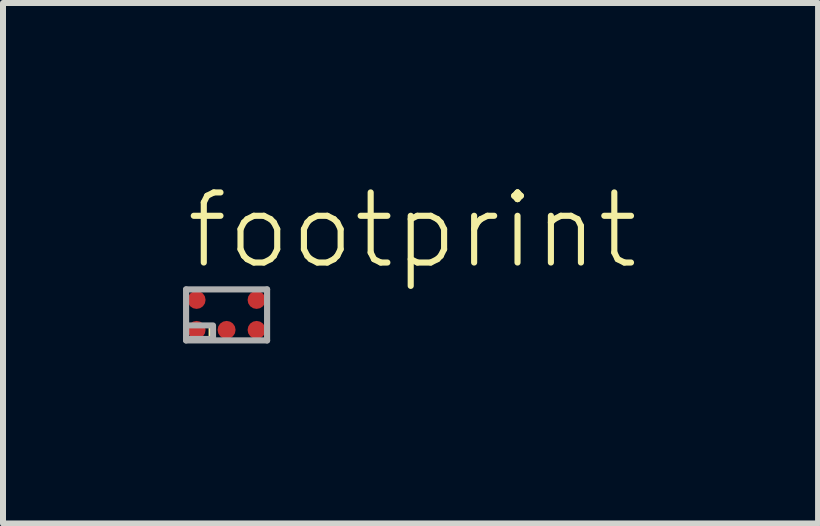
<source format=kicad_pcb>
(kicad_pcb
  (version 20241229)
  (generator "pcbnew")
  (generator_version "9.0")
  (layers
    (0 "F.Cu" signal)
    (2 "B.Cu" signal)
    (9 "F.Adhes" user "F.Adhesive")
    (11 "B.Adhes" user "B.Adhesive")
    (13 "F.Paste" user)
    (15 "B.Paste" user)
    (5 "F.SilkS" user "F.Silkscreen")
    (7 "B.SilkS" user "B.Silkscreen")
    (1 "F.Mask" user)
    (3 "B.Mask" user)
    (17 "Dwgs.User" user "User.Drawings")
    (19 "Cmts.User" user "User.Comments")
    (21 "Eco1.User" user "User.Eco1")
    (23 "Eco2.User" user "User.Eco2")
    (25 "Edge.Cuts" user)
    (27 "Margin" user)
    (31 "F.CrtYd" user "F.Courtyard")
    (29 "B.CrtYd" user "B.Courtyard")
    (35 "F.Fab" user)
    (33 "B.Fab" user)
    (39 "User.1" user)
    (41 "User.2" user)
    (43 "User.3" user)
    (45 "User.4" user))
  (footprint "footprint"
    (layer "F.Cu")
    (at 0.726 2.198)
    (property "Reference" "footprint" (at -0.725 -0.725 0) (layer "F.SilkS") (effects (font (size 1.168 1.168) (thickness 0.102)) (justify left bottom)))
    (fp_circle (center -0.5 -0.25) (end -0.412 -0.25) (stroke (width 0.175) (type solid)) (fill yes) (layer "F.Mask"))
    (fp_circle (center -0.5 0.25) (end -0.412 0.25) (stroke (width 0.175) (type solid)) (fill yes) (layer "F.Mask"))
    (fp_circle (center 0 0.25) (end 0.087 0.25) (stroke (width 0.175) (type solid)) (fill yes) (layer "F.Mask"))
    (fp_circle (center 0.5 -0.25) (end 0.588 -0.25) (stroke (width 0.175) (type solid)) (fill yes) (layer "F.Mask"))
    (fp_circle (center 0.5 0.25) (end 0.588 0.25) (stroke (width 0.175) (type solid)) (fill yes) (layer "F.Mask"))
    (fp_poly (pts (xy -0.3 0.375) (xy -0.225 0.375) (xy -0.225 0.175) (xy -0.3 0.175)) (stroke (width 0) (type solid)) (fill yes) (layer "F.SilkS"))
    (fp_line (start -0.675 -0.425) (end 0.675 -0.425) (stroke (width 0.102) (type solid)) (layer "F.Fab"))
    (fp_line (start -0.675 0.425) (end -0.675 -0.425) (stroke (width 0.102) (type solid)) (layer "F.Fab"))
    (fp_line (start 0.675 -0.425) (end 0.675 0.425) (stroke (width 0.102) (type solid)) (layer "F.Fab"))
    (fp_line (start 0.675 0.425) (end -0.675 0.425) (stroke (width 0.102) (type solid)) (layer "F.Fab"))
    (fp_poly (pts (xy -0.675 0.4) (xy -0.225 0.4) (xy -0.225 0.175) (xy -0.675 0.175)) (stroke (width 0.1) (type solid)) (fill no) (layer "F.Fab"))
    (pad "A1" smd roundrect (at -0.5 0.25) (size 0.3 0.3) (layers "F.Cu") (roundrect_rratio 0.5))
    (pad "A2" smd roundrect (at -0.5 -0.25) (size 0.3 0.3) (layers "F.Cu") (roundrect_rratio 0.5))
    (pad "B1" smd roundrect (at 0 0.25) (size 0.3 0.3) (layers "F.Cu") (roundrect_rratio 0.5))
    (pad "C1" smd roundrect (at 0.5 0.25) (size 0.3 0.3) (layers "F.Cu") (roundrect_rratio 0.5))
    (pad "C2" smd roundrect (at 0.5 -0.25) (size 0.3 0.3) (layers "F.Cu") (roundrect_rratio 0.5)))
  (gr_rect
    (start -3 -3)
    (end 10.583 5.674)
    (stroke (width 0.1) (type default))
    (fill no)
    (layer "Edge.Cuts")))
</source>
